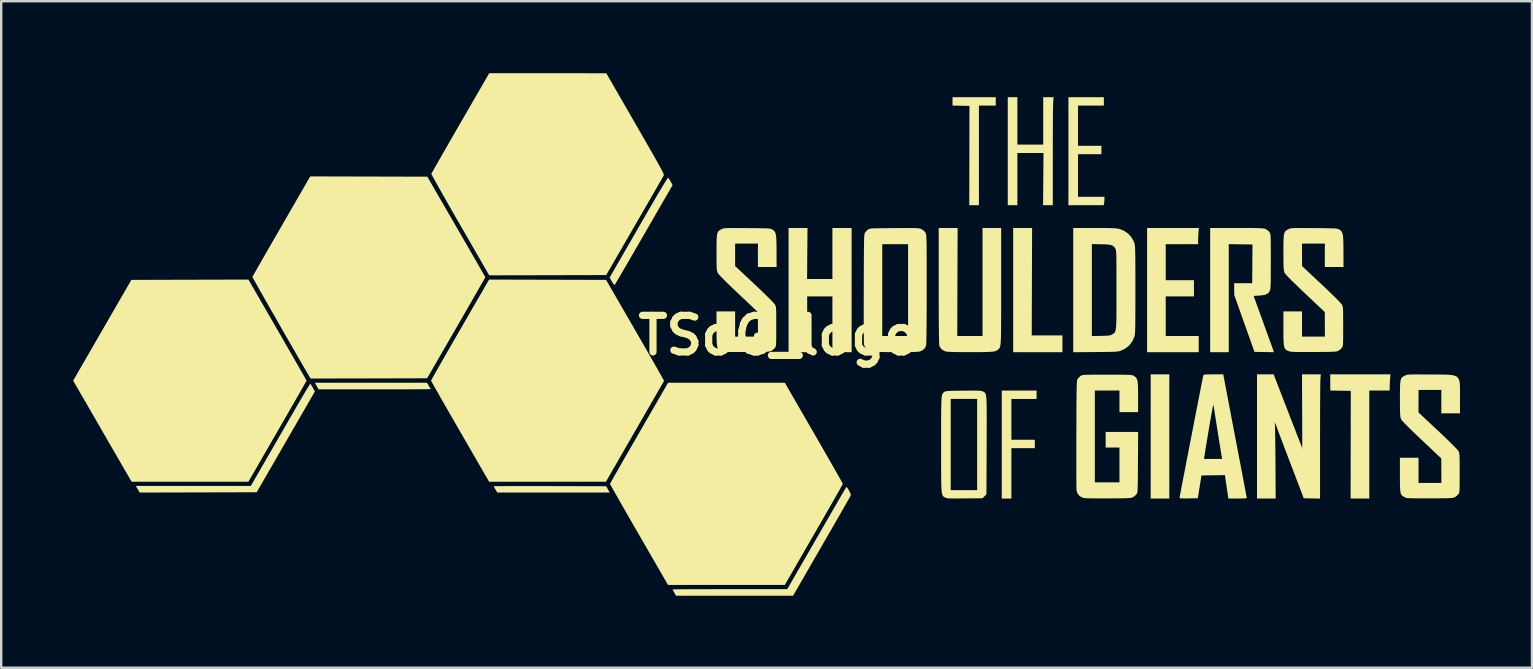
<source format=kicad_pcb>
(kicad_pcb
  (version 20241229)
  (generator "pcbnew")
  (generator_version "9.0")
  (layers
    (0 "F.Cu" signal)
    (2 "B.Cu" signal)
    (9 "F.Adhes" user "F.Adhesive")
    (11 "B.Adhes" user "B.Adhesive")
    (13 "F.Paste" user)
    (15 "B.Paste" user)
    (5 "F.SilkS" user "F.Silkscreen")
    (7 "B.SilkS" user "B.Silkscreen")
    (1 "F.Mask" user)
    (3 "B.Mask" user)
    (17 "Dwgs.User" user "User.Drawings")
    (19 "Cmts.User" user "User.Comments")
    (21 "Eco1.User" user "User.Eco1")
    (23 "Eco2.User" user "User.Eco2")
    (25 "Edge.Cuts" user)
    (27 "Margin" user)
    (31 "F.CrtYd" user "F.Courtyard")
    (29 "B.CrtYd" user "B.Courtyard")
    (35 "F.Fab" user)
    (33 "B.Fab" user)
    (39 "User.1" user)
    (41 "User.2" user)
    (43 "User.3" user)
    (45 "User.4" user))
  (footprint "TSoG_logo"
    (layer "F.Cu")
    (at 29.385 10.925)
    (property "Reference" "TSoG_logo" (at 0 0 0) (layer "F.SilkS") (effects (font (size 1.524 1.524) (thickness 0.3))))
    (attr through_hole)
    (fp_poly (pts (xy 16.291 6.8) (xy 15.515 6.8) (xy 15.515 1.625) (xy 16.291 1.625)) (stroke (width 0) (type solid)) (fill yes) (layer "F.SilkS"))
    (fp_poly (pts (xy 10.565 -2.238) (xy 10.558 0) (xy 11.837 0) (xy 11.837 0.7) (xy 9.785 0.7) (xy 9.785 -4.475) (xy 10.179 -4.475) (xy 10.573 -4.475)) (stroke (width 0) (type solid)) (fill yes) (layer "F.SilkS"))
    (fp_poly (pts (xy 9.059 -9.575) (xy 8.358 -9.575) (xy 8.358 -5.425) (xy 7.955 -5.425) (xy 7.963 -9.562) (xy 7.61 -9.569) (xy 7.257 -9.576) (xy 7.257 -9.925) (xy 9.059 -9.925)) (stroke (width 0) (type solid)) (fill yes) (layer "F.SilkS"))
    (fp_poly (pts (xy 10.761 2.65) (xy 9.71 2.65) (xy 9.71 4.35) (xy 10.686 4.35) (xy 10.686 4.7) (xy 9.71 4.7) (xy 9.71 6.8) (xy 9.309 6.8) (xy 9.309 2.3) (xy 10.761 2.3)) (stroke (width 0) (type solid)) (fill yes) (layer "F.SilkS"))
    (fp_poly (pts (xy 25.491 1.794) (xy 25.482 1.917) (xy 25.477 2.052) (xy 25.475 2.131) (xy 25.475 2.3) (xy 24.624 2.3) (xy 24.624 6.8) (xy 23.846 6.8) (xy 23.853 2.312) (xy 23.425 2.306) (xy 22.998 2.299) (xy 22.998 1.625) (xy 25.507 1.625)) (stroke (width 0) (type solid)) (fill yes) (layer "F.SilkS"))
    (fp_poly (pts (xy 1.205 -3.413) (xy 1.197 -2.35) (xy 2.252 -2.35) (xy 2.252 -4.475) (xy 3.053 -4.475) (xy 3.053 0.7) (xy 2.252 0.7) (xy 2.252 -1.625) (xy 1.201 -1.625) (xy 1.201 0.7) (xy 0.425 0.7) (xy 0.425 -4.475) (xy 0.82 -4.475) (xy 1.214 -4.475)) (stroke (width 0) (type solid)) (fill yes) (layer "F.SilkS"))
    (fp_poly (pts (xy 13.563 -9.575) (xy 12.487 -9.575) (xy 12.487 -7.9) (xy 13.463 -7.9) (xy 13.463 -7.55) (xy 12.487 -7.55) (xy 12.487 -5.775) (xy 13.588 -5.775) (xy 13.588 -5.678) (xy 13.584 -5.59) (xy 13.574 -5.508) (xy 13.573 -5.503) (xy 13.557 -5.425) (xy 12.087 -5.425) (xy 12.087 -9.925) (xy 13.563 -9.925)) (stroke (width 0) (type solid)) (fill yes) (layer "F.SilkS"))
    (fp_poly (pts (xy 17.509 -4.306) (xy 17.5 -4.183) (xy 17.494 -4.048) (xy 17.492 -3.969) (xy 17.492 -3.8) (xy 16.141 -3.8) (xy 16.141 -2.3) (xy 17.317 -2.3) (xy 17.317 -1.625) (xy 16.141 -1.625) (xy 16.141 0.025) (xy 17.517 0.025) (xy 17.517 0.7) (xy 15.365 0.7) (xy 15.365 -4.475) (xy 17.524 -4.475)) (stroke (width 0) (type solid)) (fill yes) (layer "F.SilkS"))
    (fp_poly (pts (xy -14.566 2.1) (xy -14.525 2.169) (xy -14.497 2.22) (xy -14.489 2.238) (xy -14.514 2.24) (xy -14.585 2.241) (xy -14.699 2.243) (xy -14.853 2.244) (xy -15.043 2.246) (xy -15.265 2.247) (xy -15.517 2.248) (xy -15.795 2.249) (xy -16.095 2.249) (xy -16.414 2.25) (xy -16.748 2.25) (xy -16.824 2.25) (xy -19.158 2.25) (xy -19.237 2.112) (xy -19.316 1.975) (xy -14.644 1.975)) (stroke (width 0) (type solid)) (fill yes) (layer "F.SilkS"))
    (fp_poly (pts (xy -10.255 6.28) (xy -9.936 6.28) (xy -9.602 6.281) (xy -9.519 6.281) (xy -7.176 6.287) (xy -7.101 6.419) (xy -7.027 6.55) (xy -11.71 6.55) (xy -11.748 6.487) (xy -11.792 6.416) (xy -11.824 6.363) (xy -11.851 6.315) (xy -11.862 6.288) (xy -11.837 6.286) (xy -11.766 6.285) (xy -11.652 6.283) (xy -11.498 6.282) (xy -11.308 6.281) (xy -11.085 6.28) (xy -10.833 6.28) (xy -10.556 6.28)) (stroke (width 0) (type solid)) (fill yes) (layer "F.SilkS"))
    (fp_poly (pts (xy 9.96 -7.95) (xy 11.036 -7.95) (xy 11.036 -9.925) (xy 11.469 -9.925) (xy 11.452 -9.734) (xy 11.45 -9.679) (xy 11.448 -9.579) (xy 11.445 -9.437) (xy 11.443 -9.257) (xy 11.441 -9.044) (xy 11.44 -8.802) (xy 11.438 -8.535) (xy 11.437 -8.247) (xy 11.437 -7.942) (xy 11.436 -7.624) (xy 11.436 -7.484) (xy 11.436 -5.425) (xy 11.031 -5.425) (xy 11.048 -7.6) (xy 9.96 -7.6) (xy 9.96 -5.425) (xy 9.559 -5.425) (xy 9.559 -9.925) (xy 9.96 -9.925)) (stroke (width 0) (type solid)) (fill yes) (layer "F.SilkS"))
    (fp_poly (pts (xy -19.491 2.024) (xy -19.488 2.031) (xy -19.485 2.039) (xy -19.483 2.042) (xy -19.454 2.089) (xy -19.412 2.161) (xy -19.383 2.213) (xy -19.313 2.338) (xy -20.526 4.438) (xy -21.738 6.537) (xy -26.616 6.55) (xy -26.774 6.275) (xy -21.984 6.275) (xy -21.172 4.869) (xy -20.934 4.457) (xy -20.72 4.086) (xy -20.529 3.754) (xy -20.359 3.459) (xy -20.208 3.199) (xy -20.077 2.972) (xy -19.963 2.775) (xy -19.865 2.607) (xy -19.781 2.465) (xy -19.712 2.347) (xy -19.655 2.251) (xy -19.609 2.175) (xy -19.573 2.117) (xy -19.545 2.075) (xy -19.525 2.046) (xy -19.51 2.029) (xy -19.501 2.021) (xy -19.495 2.02)) (stroke (width 0) (type solid)) (fill yes) (layer "F.SilkS"))
    (fp_poly (pts (xy -4.588 -6.566) (xy -4.562 -6.53) (xy -4.521 -6.465) (xy -4.483 -6.4) (xy -4.407 -6.263) (xy -5.603 -4.193) (xy -5.774 -3.897) (xy -5.938 -3.613) (xy -6.094 -3.344) (xy -6.239 -3.094) (xy -6.372 -2.865) (xy -6.492 -2.66) (xy -6.595 -2.482) (xy -6.682 -2.335) (xy -6.749 -2.221) (xy -6.795 -2.143) (xy -6.819 -2.105) (xy -6.822 -2.101) (xy -6.844 -2.11) (xy -6.883 -2.157) (xy -6.933 -2.234) (xy -6.938 -2.243) (xy -7.032 -2.408) (xy -5.825 -4.501) (xy -5.612 -4.87) (xy -5.423 -5.197) (xy -5.256 -5.484) (xy -5.111 -5.732) (xy -4.986 -5.945) (xy -4.88 -6.123) (xy -4.792 -6.268) (xy -4.722 -6.382) (xy -4.667 -6.468) (xy -4.628 -6.526) (xy -4.602 -6.558) (xy -4.589 -6.567)) (stroke (width 0) (type solid)) (fill yes) (layer "F.SilkS"))
    (fp_poly (pts (xy -7.179 -2.312) (xy -5.967 -0.216) (xy -5.796 0.082) (xy -5.631 0.367) (xy -5.476 0.637) (xy -5.331 0.889) (xy -5.2 1.12) (xy -5.082 1.326) (xy -4.98 1.505) (xy -4.896 1.655) (xy -4.831 1.771) (xy -4.787 1.851) (xy -4.765 1.892) (xy -4.764 1.897) (xy -4.777 1.92) (xy -4.814 1.984) (xy -4.872 2.085) (xy -4.95 2.221) (xy -5.046 2.388) (xy -5.159 2.583) (xy -5.286 2.804) (xy -5.426 3.047) (xy -5.578 3.31) (xy -5.739 3.589) (xy -5.908 3.882) (xy -5.979 4.006) (xy -7.187 6.1) (xy -12.054 6.1) (xy -13.263 4.006) (xy -13.435 3.709) (xy -13.599 3.423) (xy -13.755 3.153) (xy -13.9 2.9) (xy -14.032 2.669) (xy -14.15 2.462) (xy -14.253 2.282) (xy -14.338 2.131) (xy -14.404 2.014) (xy -14.448 1.933) (xy -14.47 1.891) (xy -14.473 1.886) (xy -14.46 1.861) (xy -14.425 1.796) (xy -14.367 1.693) (xy -14.29 1.557) (xy -14.195 1.388) (xy -14.083 1.192) (xy -13.956 0.97) (xy -13.816 0.726) (xy -13.665 0.463) (xy -13.504 0.183) (xy -13.335 -0.11) (xy -13.264 -0.233) (xy -12.055 -2.325)) (stroke (width 0) (type solid)) (fill yes) (layer "F.SilkS"))
    (fp_poly (pts (xy 1.478 4.067) (xy 1.649 4.364) (xy 1.814 4.65) (xy 1.969 4.92) (xy 2.114 5.173) (xy 2.246 5.404) (xy 2.365 5.611) (xy 2.467 5.792) (xy 2.552 5.942) (xy 2.617 6.059) (xy 2.662 6.14) (xy 2.684 6.182) (xy 2.686 6.187) (xy 2.674 6.213) (xy 2.638 6.278) (xy 2.581 6.381) (xy 2.504 6.518) (xy 2.408 6.686) (xy 2.296 6.883) (xy 2.169 7.105) (xy 2.029 7.349) (xy 1.878 7.612) (xy 1.717 7.892) (xy 1.548 8.185) (xy 1.477 8.308) (xy 0.268 10.4) (xy -4.599 10.4) (xy -5.807 8.308) (xy -5.979 8.011) (xy -6.143 7.725) (xy -6.299 7.455) (xy -6.443 7.203) (xy -6.576 6.971) (xy -6.694 6.764) (xy -6.796 6.584) (xy -6.881 6.434) (xy -6.947 6.317) (xy -6.991 6.236) (xy -7.013 6.195) (xy -7.015 6.189) (xy -7.003 6.164) (xy -6.967 6.099) (xy -6.91 5.996) (xy -6.833 5.86) (xy -6.737 5.691) (xy -6.625 5.495) (xy -6.499 5.273) (xy -6.359 5.029) (xy -6.207 4.766) (xy -6.046 4.486) (xy -5.877 4.193) (xy -5.806 4.069) (xy -4.596 1.975) (xy 0.27 1.975)) (stroke (width 0) (type solid)) (fill yes) (layer "F.SilkS"))
    (fp_poly (pts (xy 2.854 6.329) (xy 2.882 6.365) (xy 2.925 6.437) (xy 2.94 6.464) (xy 2.987 6.551) (xy 3.012 6.608) (xy 3.018 6.648) (xy 3.008 6.685) (xy 3 6.702) (xy 2.982 6.733) (xy 2.942 6.805) (xy 2.88 6.914) (xy 2.799 7.056) (xy 2.699 7.23) (xy 2.584 7.431) (xy 2.454 7.657) (xy 2.312 7.904) (xy 2.159 8.169) (xy 1.998 8.449) (xy 1.829 8.742) (xy 1.789 8.811) (xy 0.613 10.849) (xy -1.827 10.849) (xy -4.267 10.849) (xy -4.336 10.725) (xy -4.373 10.655) (xy -4.398 10.604) (xy -4.404 10.587) (xy -4.38 10.586) (xy -4.309 10.584) (xy -4.195 10.582) (xy -4.041 10.581) (xy -3.85 10.58) (xy -3.627 10.578) (xy -3.374 10.577) (xy -3.095 10.576) (xy -2.794 10.576) (xy -2.474 10.575) (xy -2.137 10.575) (xy -2.017 10.575) (xy 0.37 10.575) (xy 1.578 8.481) (xy 1.75 8.183) (xy 1.916 7.896) (xy 2.073 7.625) (xy 2.22 7.371) (xy 2.354 7.138) (xy 2.475 6.929) (xy 2.581 6.747) (xy 2.669 6.595) (xy 2.739 6.475) (xy 2.787 6.392) (xy 2.813 6.348) (xy 2.817 6.342) (xy 2.834 6.324)) (stroke (width 0) (type solid)) (fill yes) (layer "F.SilkS"))
    (fp_poly (pts (xy -20.872 -0.228) (xy -20.7 0.07) (xy -20.536 0.356) (xy -20.38 0.626) (xy -20.235 0.878) (xy -20.103 1.109) (xy -19.984 1.315) (xy -19.882 1.495) (xy -19.797 1.644) (xy -19.731 1.761) (xy -19.686 1.841) (xy -19.664 1.882) (xy -19.661 1.887) (xy -19.674 1.911) (xy -19.709 1.975) (xy -19.767 2.076) (xy -19.844 2.212) (xy -19.939 2.379) (xy -20.051 2.574) (xy -20.178 2.795) (xy -20.318 3.038) (xy -20.469 3.301) (xy -20.63 3.58) (xy -20.799 3.873) (xy -20.873 4.002) (xy -22.084 6.099) (xy -24.516 6.1) (xy -26.947 6.1) (xy -26.997 6.019) (xy -27.016 5.986) (xy -27.059 5.912) (xy -27.123 5.802) (xy -27.207 5.658) (xy -27.308 5.483) (xy -27.425 5.281) (xy -27.556 5.054) (xy -27.699 4.807) (xy -27.853 4.541) (xy -28.015 4.26) (xy -28.184 3.968) (xy -28.215 3.913) (xy -29.385 1.889) (xy -29.343 1.813) (xy -29.325 1.781) (xy -29.283 1.709) (xy -29.22 1.599) (xy -29.138 1.456) (xy -29.038 1.282) (xy -28.921 1.08) (xy -28.791 0.854) (xy -28.648 0.607) (xy -28.495 0.342) (xy -28.333 0.061) (xy -28.164 -0.231) (xy -28.132 -0.287) (xy -26.961 -2.312) (xy -24.522 -2.319) (xy -22.083 -2.325)) (stroke (width 0) (type solid)) (fill yes) (layer "F.SilkS"))
    (fp_poly (pts (xy -7.17 -10.923) (xy -5.959 -8.822) (xy -5.756 -8.47) (xy -5.577 -8.159) (xy -5.42 -7.885) (xy -5.284 -7.648) (xy -5.168 -7.443) (xy -5.069 -7.269) (xy -4.988 -7.124) (xy -4.922 -7.003) (xy -4.87 -6.906) (xy -4.831 -6.83) (xy -4.803 -6.771) (xy -4.785 -6.728) (xy -4.775 -6.698) (xy -4.773 -6.678) (xy -4.775 -6.667) (xy -4.791 -6.638) (xy -4.83 -6.569) (xy -4.891 -6.462) (xy -4.972 -6.322) (xy -5.071 -6.15) (xy -5.186 -5.951) (xy -5.315 -5.727) (xy -5.457 -5.481) (xy -5.609 -5.217) (xy -5.771 -4.937) (xy -5.94 -4.645) (xy -5.988 -4.562) (xy -7.174 -2.513) (xy -9.612 -2.507) (xy -12.049 -2.502) (xy -13.259 -4.6) (xy -13.43 -4.898) (xy -13.595 -5.184) (xy -13.75 -5.455) (xy -13.894 -5.708) (xy -14.026 -5.941) (xy -14.143 -6.149) (xy -14.245 -6.331) (xy -14.329 -6.482) (xy -14.394 -6.601) (xy -14.437 -6.683) (xy -14.458 -6.727) (xy -14.46 -6.733) (xy -14.447 -6.759) (xy -14.41 -6.825) (xy -14.351 -6.929) (xy -14.273 -7.067) (xy -14.177 -7.236) (xy -14.064 -7.433) (xy -13.936 -7.656) (xy -13.796 -7.9) (xy -13.644 -8.164) (xy -13.483 -8.444) (xy -13.314 -8.736) (xy -13.251 -8.846) (xy -12.049 -10.925)) (stroke (width 0) (type solid)) (fill yes) (layer "F.SilkS"))
    (fp_poly (pts (xy 7.462 -2.225) (xy 7.455 0.025) (xy 8.508 0.025) (xy 8.508 -4.475) (xy 9.284 -4.475) (xy 9.284 -2.049) (xy 9.284 -1.639) (xy 9.284 -1.275) (xy 9.284 -0.956) (xy 9.283 -0.677) (xy 9.282 -0.437) (xy 9.28 -0.231) (xy 9.278 -0.058) (xy 9.274 0.087) (xy 9.27 0.205) (xy 9.264 0.3) (xy 9.257 0.375) (xy 9.248 0.434) (xy 9.238 0.478) (xy 9.226 0.511) (xy 9.211 0.535) (xy 9.195 0.555) (xy 9.177 0.573) (xy 9.156 0.591) (xy 9.123 0.618) (xy 9.085 0.64) (xy 9.037 0.658) (xy 8.975 0.671) (xy 8.892 0.682) (xy 8.785 0.689) (xy 8.649 0.694) (xy 8.478 0.697) (xy 8.267 0.699) (xy 8.012 0.699) (xy 7.97 0.699) (xy 7.713 0.698) (xy 7.502 0.697) (xy 7.332 0.694) (xy 7.198 0.69) (xy 7.096 0.685) (xy 7.022 0.678) (xy 6.971 0.67) (xy 6.948 0.664) (xy 6.824 0.598) (xy 6.74 0.505) (xy 6.707 0.427) (xy 6.702 0.386) (xy 6.698 0.296) (xy 6.695 0.159) (xy 6.691 -0.023) (xy 6.689 -0.248) (xy 6.686 -0.516) (xy 6.684 -0.825) (xy 6.683 -1.173) (xy 6.682 -1.558) (xy 6.682 -1.979) (xy 6.682 -2.069) (xy 6.682 -4.475) (xy 7.076 -4.475) (xy 7.47 -4.475)) (stroke (width 0) (type solid)) (fill yes) (layer "F.SilkS"))
    (fp_poly (pts (xy -14.628 -6.612) (xy -13.421 -4.525) (xy -13.249 -4.228) (xy -13.085 -3.944) (xy -12.929 -3.674) (xy -12.784 -3.423) (xy -12.652 -3.193) (xy -12.534 -2.988) (xy -12.432 -2.809) (xy -12.347 -2.661) (xy -12.281 -2.546) (xy -12.237 -2.467) (xy -12.215 -2.427) (xy -12.213 -2.423) (xy -12.225 -2.4) (xy -12.26 -2.336) (xy -12.317 -2.235) (xy -12.395 -2.1) (xy -12.49 -1.933) (xy -12.602 -1.738) (xy -12.728 -1.518) (xy -12.868 -1.275) (xy -13.019 -1.012) (xy -13.18 -0.733) (xy -13.349 -0.44) (xy -13.424 -0.31) (xy -14.637 1.788) (xy -19.49 1.8) (xy -19.54 1.719) (xy -19.59 1.634) (xy -19.66 1.516) (xy -19.747 1.367) (xy -19.849 1.191) (xy -19.965 0.992) (xy -20.091 0.774) (xy -20.226 0.539) (xy -20.368 0.293) (xy -20.515 0.037) (xy -20.664 -0.224) (xy -20.814 -0.486) (xy -20.963 -0.746) (xy -21.108 -1) (xy -21.248 -1.245) (xy -21.38 -1.477) (xy -21.502 -1.692) (xy -21.612 -1.887) (xy -21.709 -2.058) (xy -21.789 -2.202) (xy -21.852 -2.314) (xy -21.895 -2.392) (xy -21.915 -2.432) (xy -21.917 -2.436) (xy -21.903 -2.462) (xy -21.867 -2.527) (xy -21.808 -2.63) (xy -21.73 -2.768) (xy -21.634 -2.936) (xy -21.521 -3.133) (xy -21.394 -3.355) (xy -21.254 -3.599) (xy -21.102 -3.862) (xy -20.941 -4.142) (xy -20.772 -4.434) (xy -20.708 -4.545) (xy -19.507 -6.625)) (stroke (width 0) (type solid)) (fill yes) (layer "F.SilkS"))
    (fp_poly (pts (xy 19.1 -4.474) (xy 19.366 -4.474) (xy 19.586 -4.474) (xy 19.766 -4.473) (xy 19.91 -4.471) (xy 20.024 -4.468) (xy 20.111 -4.464) (xy 20.177 -4.459) (xy 20.226 -4.453) (xy 20.263 -4.445) (xy 20.293 -4.435) (xy 20.313 -4.426) (xy 20.398 -4.372) (xy 20.464 -4.304) (xy 20.47 -4.295) (xy 20.481 -4.274) (xy 20.491 -4.25) (xy 20.499 -4.218) (xy 20.506 -4.175) (xy 20.511 -4.114) (xy 20.514 -4.033) (xy 20.517 -3.925) (xy 20.518 -3.787) (xy 20.519 -3.614) (xy 20.52 -3.401) (xy 20.52 -3.144) (xy 20.52 -3.075) (xy 20.52 -2.804) (xy 20.519 -2.579) (xy 20.518 -2.395) (xy 20.517 -2.247) (xy 20.514 -2.13) (xy 20.51 -2.041) (xy 20.505 -1.974) (xy 20.499 -1.925) (xy 20.491 -1.89) (xy 20.482 -1.863) (xy 20.476 -1.851) (xy 20.427 -1.777) (xy 20.36 -1.724) (xy 20.266 -1.689) (xy 20.137 -1.667) (xy 20.04 -1.659) (xy 19.804 -1.643) (xy 20.209 -0.528) (xy 20.291 -0.301) (xy 20.368 -0.088) (xy 20.439 0.107) (xy 20.501 0.28) (xy 20.554 0.425) (xy 20.594 0.537) (xy 20.621 0.612) (xy 20.632 0.644) (xy 20.649 0.701) (xy 20.244 0.694) (xy 19.839 0.688) (xy 18.995 -1.688) (xy 18.994 -2.175) (xy 19.744 -2.175) (xy 19.75 -2.875) (xy 19.751 -3.063) (xy 19.752 -3.24) (xy 19.753 -3.397) (xy 19.755 -3.528) (xy 19.755 -3.625) (xy 19.756 -3.68) (xy 19.756 -3.681) (xy 19.757 -3.788) (xy 19.263 -3.794) (xy 18.768 -3.801) (xy 18.768 0.7) (xy 17.993 0.7) (xy 17.993 -4.475)) (stroke (width 0) (type solid)) (fill yes) (layer "F.SilkS"))
    (fp_poly (pts (xy 20.685 1.744) (xy 20.704 1.793) (xy 20.737 1.881) (xy 20.784 2.003) (xy 20.843 2.155) (xy 20.911 2.331) (xy 20.987 2.527) (xy 21.069 2.738) (xy 21.154 2.959) (xy 21.242 3.186) (xy 21.33 3.413) (xy 21.417 3.635) (xy 21.5 3.849) (xy 21.578 4.049) (xy 21.648 4.231) (xy 21.71 4.389) (xy 21.761 4.518) (xy 21.799 4.615) (xy 21.822 4.674) (xy 21.829 4.691) (xy 21.83 4.668) (xy 21.83 4.598) (xy 21.831 4.488) (xy 21.831 4.34) (xy 21.83 4.159) (xy 21.83 3.949) (xy 21.829 3.715) (xy 21.828 3.461) (xy 21.827 3.191) (xy 21.827 3.16) (xy 21.82 1.625) (xy 22.604 1.625) (xy 22.589 1.794) (xy 22.586 1.843) (xy 22.584 1.938) (xy 22.582 2.076) (xy 22.58 2.252) (xy 22.578 2.464) (xy 22.577 2.707) (xy 22.575 2.978) (xy 22.574 3.272) (xy 22.573 3.587) (xy 22.573 3.918) (xy 22.572 4.262) (xy 22.572 4.382) (xy 22.572 6.801) (xy 21.893 6.787) (xy 21.368 5.412) (xy 21.271 5.159) (xy 21.179 4.916) (xy 21.111 4.737) (xy 21.847 4.737) (xy 21.859 4.75) (xy 21.872 4.737) (xy 21.859 4.725) (xy 21.847 4.737) (xy 21.111 4.737) (xy 21.092 4.688) (xy 21.013 4.479) (xy 20.943 4.295) (xy 20.885 4.14) (xy 20.84 4.019) (xy 20.809 3.936) (xy 20.796 3.9) (xy 20.769 3.825) (xy 20.74 3.751) (xy 20.713 3.686) (xy 20.692 3.641) (xy 20.681 3.623) (xy 20.683 3.641) (xy 20.686 3.65) (xy 20.689 3.686) (xy 20.693 3.767) (xy 20.696 3.889) (xy 20.7 4.047) (xy 20.703 4.238) (xy 20.706 4.456) (xy 20.709 4.698) (xy 20.712 4.957) (xy 20.714 5.231) (xy 20.714 5.256) (xy 20.723 6.8) (xy 19.945 6.8) (xy 19.945 1.625) (xy 20.641 1.625)) (stroke (width 0) (type solid)) (fill yes) (layer "F.SilkS"))
    (fp_poly (pts (xy 8.225 2.302) (xy 8.326 2.305) (xy 8.4 2.309) (xy 8.453 2.316) (xy 8.491 2.325) (xy 8.52 2.336) (xy 8.525 2.338) (xy 8.553 2.353) (xy 8.578 2.366) (xy 8.599 2.382) (xy 8.618 2.402) (xy 8.633 2.432) (xy 8.646 2.473) (xy 8.657 2.529) (xy 8.665 2.604) (xy 8.672 2.699) (xy 8.676 2.82) (xy 8.68 2.968) (xy 8.681 3.148) (xy 8.682 3.361) (xy 8.682 3.612) (xy 8.681 3.904) (xy 8.68 4.24) (xy 8.679 4.581) (xy 8.671 6.624) (xy 8.589 6.706) (xy 8.507 6.787) (xy 7.763 6.794) (xy 7.55 6.796) (xy 7.381 6.797) (xy 7.25 6.796) (xy 7.152 6.795) (xy 7.08 6.791) (xy 7.028 6.785) (xy 6.991 6.776) (xy 6.962 6.765) (xy 6.937 6.75) (xy 6.937 6.75) (xy 6.909 6.733) (xy 6.885 6.717) (xy 6.864 6.699) (xy 6.847 6.674) (xy 6.832 6.64) (xy 6.819 6.594) (xy 6.809 6.532) (xy 6.801 6.451) (xy 6.794 6.347) (xy 6.789 6.218) (xy 6.786 6.06) (xy 6.784 5.87) (xy 6.783 5.644) (xy 6.782 5.38) (xy 6.782 5.074) (xy 6.782 4.722) (xy 6.782 4.55) (xy 6.782 4.18) (xy 6.782 3.856) (xy 6.782 3.576) (xy 6.783 3.336) (xy 6.785 3.133) (xy 6.788 2.963) (xy 6.791 2.823) (xy 6.796 2.71) (xy 6.8 2.65) (xy 7.182 2.65) (xy 7.182 6.45) (xy 8.283 6.45) (xy 8.283 2.65) (xy 7.182 2.65) (xy 6.8 2.65) (xy 6.802 2.62) (xy 6.81 2.55) (xy 6.82 2.496) (xy 6.832 2.457) (xy 6.846 2.427) (xy 6.863 2.404) (xy 6.882 2.384) (xy 6.904 2.364) (xy 6.906 2.362) (xy 6.924 2.348) (xy 6.948 2.337) (xy 6.983 2.328) (xy 7.033 2.321) (xy 7.107 2.316) (xy 7.208 2.312) (xy 7.342 2.309) (xy 7.517 2.307) (xy 7.704 2.305) (xy 7.92 2.303) (xy 8.092 2.302)) (stroke (width 0) (type solid)) (fill yes) (layer "F.SilkS"))
    (fp_poly (pts (xy 13.418 -4.475) (xy 13.622 -4.473) (xy 13.786 -4.471) (xy 13.917 -4.467) (xy 14.019 -4.462) (xy 14.098 -4.455) (xy 14.159 -4.446) (xy 14.202 -4.436) (xy 14.394 -4.363) (xy 14.562 -4.25) (xy 14.701 -4.104) (xy 14.802 -3.932) (xy 14.833 -3.85) (xy 14.842 -3.821) (xy 14.849 -3.786) (xy 14.855 -3.743) (xy 14.86 -3.688) (xy 14.865 -3.617) (xy 14.868 -3.526) (xy 14.871 -3.412) (xy 14.873 -3.271) (xy 14.875 -3.1) (xy 14.876 -2.895) (xy 14.877 -2.653) (xy 14.877 -2.369) (xy 14.877 -2.04) (xy 14.877 -1.887) (xy 14.877 -1.54) (xy 14.877 -1.238) (xy 14.876 -0.98) (xy 14.875 -0.76) (xy 14.874 -0.576) (xy 14.872 -0.424) (xy 14.87 -0.3) (xy 14.867 -0.201) (xy 14.863 -0.123) (xy 14.858 -0.063) (xy 14.852 -0.017) (xy 14.846 0.02) (xy 14.838 0.049) (xy 14.832 0.066) (xy 14.742 0.262) (xy 14.618 0.421) (xy 14.458 0.547) (xy 14.29 0.631) (xy 14.253 0.646) (xy 14.215 0.657) (xy 14.172 0.667) (xy 14.117 0.674) (xy 14.047 0.68) (xy 13.954 0.684) (xy 13.834 0.688) (xy 13.682 0.69) (xy 13.491 0.692) (xy 13.256 0.695) (xy 13.219 0.695) (xy 12.287 0.703) (xy 12.287 0.03) (xy 13.063 0.03) (xy 13.444 0.021) (xy 13.594 0.017) (xy 13.703 0.012) (xy 13.78 0.005) (xy 13.836 -0.007) (xy 13.879 -0.023) (xy 13.917 -0.044) (xy 13.95 -0.064) (xy 13.979 -0.083) (xy 14.003 -0.105) (xy 14.024 -0.132) (xy 14.041 -0.17) (xy 14.054 -0.22) (xy 14.065 -0.288) (xy 14.073 -0.376) (xy 14.08 -0.489) (xy 14.084 -0.629) (xy 14.087 -0.801) (xy 14.088 -1.009) (xy 14.089 -1.255) (xy 14.089 -1.543) (xy 14.089 -1.878) (xy 14.089 -1.904) (xy 14.089 -2.23) (xy 14.088 -2.51) (xy 14.088 -2.747) (xy 14.087 -2.946) (xy 14.086 -3.11) (xy 14.084 -3.242) (xy 14.081 -3.347) (xy 14.078 -3.429) (xy 14.073 -3.49) (xy 14.068 -3.535) (xy 14.062 -3.567) (xy 14.054 -3.591) (xy 14.045 -3.609) (xy 14.04 -3.617) (xy 14 -3.677) (xy 13.957 -3.72) (xy 13.904 -3.751) (xy 13.832 -3.772) (xy 13.732 -3.785) (xy 13.598 -3.792) (xy 13.458 -3.796) (xy 13.063 -3.804) (xy 13.063 0.03) (xy 12.287 0.03) (xy 12.287 -4.475) (xy 13.17 -4.475)) (stroke (width 0) (type solid)) (fill yes) (layer "F.SilkS"))
    (fp_poly (pts (xy 5.6 -4.472) (xy 5.704 -4.47) (xy 5.782 -4.466) (xy 5.841 -4.461) (xy 5.885 -4.455) (xy 5.919 -4.446) (xy 5.948 -4.435) (xy 5.972 -4.423) (xy 6.074 -4.353) (xy 6.132 -4.273) (xy 6.14 -4.256) (xy 6.148 -4.235) (xy 6.154 -4.209) (xy 6.16 -4.175) (xy 6.165 -4.128) (xy 6.168 -4.066) (xy 6.172 -3.986) (xy 6.174 -3.884) (xy 6.177 -3.758) (xy 6.178 -3.603) (xy 6.179 -3.418) (xy 6.18 -3.199) (xy 6.181 -2.942) (xy 6.181 -2.644) (xy 6.181 -2.303) (xy 6.181 -1.92) (xy 6.181 -1.511) (xy 6.18 -1.136) (xy 6.178 -0.797) (xy 6.177 -0.496) (xy 6.174 -0.233) (xy 6.171 -0.012) (xy 6.168 0.167) (xy 6.164 0.301) (xy 6.16 0.388) (xy 6.156 0.426) (xy 6.102 0.534) (xy 6.01 0.62) (xy 5.893 0.673) (xy 5.836 0.681) (xy 5.736 0.688) (xy 5.602 0.693) (xy 5.44 0.697) (xy 5.256 0.7) (xy 5.059 0.701) (xy 4.854 0.701) (xy 4.65 0.699) (xy 4.453 0.696) (xy 4.27 0.692) (xy 4.108 0.687) (xy 3.975 0.68) (xy 3.876 0.672) (xy 3.82 0.664) (xy 3.816 0.662) (xy 3.698 0.597) (xy 3.613 0.5) (xy 3.568 0.38) (xy 3.567 0.37) (xy 3.564 0.33) (xy 3.562 0.243) (xy 3.561 0.114) (xy 3.559 -0.055) (xy 3.558 -0.258) (xy 3.557 -0.492) (xy 3.557 -0.753) (xy 3.557 -1.038) (xy 3.557 -1.344) (xy 3.558 -1.665) (xy 3.559 -1.979) (xy 3.56 -2.365) (xy 3.561 -2.704) (xy 3.562 -2.999) (xy 3.564 -3.254) (xy 3.565 -3.471) (xy 3.567 -3.653) (xy 3.569 -3.8) (xy 4.329 -3.8) (xy 4.329 0.025) (xy 5.405 0.025) (xy 5.405 -3.8) (xy 4.329 -3.8) (xy 3.569 -3.8) (xy 3.569 -3.805) (xy 3.571 -3.929) (xy 3.574 -4.028) (xy 3.578 -4.105) (xy 3.582 -4.163) (xy 3.587 -4.206) (xy 3.593 -4.237) (xy 3.599 -4.259) (xy 3.607 -4.275) (xy 3.615 -4.287) (xy 3.618 -4.29) (xy 3.677 -4.357) (xy 3.738 -4.411) (xy 3.757 -4.424) (xy 3.779 -4.434) (xy 3.809 -4.443) (xy 3.852 -4.45) (xy 3.913 -4.455) (xy 3.996 -4.459) (xy 4.107 -4.462) (xy 4.249 -4.464) (xy 4.429 -4.466) (xy 4.651 -4.468) (xy 4.834 -4.47) (xy 5.088 -4.471) (xy 5.297 -4.472) (xy 5.466 -4.473)) (stroke (width 0) (type solid)) (fill yes) (layer "F.SilkS"))
    (fp_poly (pts (xy 13.951 1.638) (xy 14.161 1.638) (xy 14.33 1.639) (xy 14.464 1.641) (xy 14.567 1.644) (xy 14.645 1.647) (xy 14.702 1.653) (xy 14.743 1.66) (xy 14.773 1.669) (xy 14.797 1.68) (xy 14.811 1.688) (xy 14.861 1.721) (xy 14.902 1.757) (xy 14.932 1.801) (xy 14.955 1.861) (xy 14.971 1.941) (xy 14.981 2.048) (xy 14.987 2.188) (xy 14.989 2.366) (xy 14.99 2.562) (xy 14.99 3.2) (xy 14.214 3.2) (xy 14.214 2.3) (xy 13.188 2.3) (xy 13.188 6.125) (xy 14.214 6.125) (xy 14.214 4.675) (xy 13.638 4.675) (xy 13.638 4.025) (xy 14.992 4.025) (xy 14.984 5.286) (xy 14.983 5.569) (xy 14.981 5.807) (xy 14.979 6.003) (xy 14.977 6.162) (xy 14.975 6.289) (xy 14.971 6.387) (xy 14.967 6.46) (xy 14.962 6.514) (xy 14.955 6.552) (xy 14.947 6.579) (xy 14.937 6.599) (xy 14.925 6.616) (xy 14.925 6.617) (xy 14.866 6.679) (xy 14.793 6.734) (xy 14.787 6.737) (xy 14.763 6.75) (xy 14.735 6.761) (xy 14.699 6.769) (xy 14.649 6.776) (xy 14.58 6.781) (xy 14.488 6.785) (xy 14.366 6.788) (xy 14.21 6.79) (xy 14.015 6.791) (xy 13.776 6.793) (xy 13.739 6.793) (xy 13.482 6.794) (xy 13.271 6.795) (xy 13.101 6.794) (xy 12.966 6.791) (xy 12.862 6.788) (xy 12.784 6.783) (xy 12.728 6.776) (xy 12.688 6.767) (xy 12.675 6.763) (xy 12.557 6.697) (xy 12.471 6.6) (xy 12.427 6.48) (xy 12.425 6.47) (xy 12.423 6.43) (xy 12.421 6.343) (xy 12.419 6.214) (xy 12.418 6.045) (xy 12.417 5.842) (xy 12.416 5.608) (xy 12.416 5.347) (xy 12.416 5.062) (xy 12.416 4.756) (xy 12.416 4.435) (xy 12.417 4.121) (xy 12.419 3.735) (xy 12.42 3.396) (xy 12.421 3.101) (xy 12.422 2.846) (xy 12.424 2.629) (xy 12.426 2.447) (xy 12.428 2.295) (xy 12.43 2.171) (xy 12.433 2.072) (xy 12.437 1.995) (xy 12.441 1.937) (xy 12.446 1.894) (xy 12.451 1.863) (xy 12.458 1.841) (xy 12.466 1.825) (xy 12.474 1.813) (xy 12.476 1.81) (xy 12.536 1.743) (xy 12.597 1.689) (xy 12.616 1.676) (xy 12.637 1.666) (xy 12.666 1.658) (xy 12.708 1.651) (xy 12.767 1.646) (xy 12.848 1.642) (xy 12.957 1.64) (xy 13.097 1.639) (xy 13.274 1.638) (xy 13.492 1.638) (xy 13.697 1.637)) (stroke (width 0) (type solid)) (fill yes) (layer "F.SilkS"))
    (fp_poly (pts (xy 18.557 1.719) (xy 18.564 1.756) (xy 18.579 1.839) (xy 18.603 1.964) (xy 18.634 2.128) (xy 18.672 2.328) (xy 18.716 2.559) (xy 18.766 2.818) (xy 18.82 3.103) (xy 18.878 3.409) (xy 18.94 3.734) (xy 19.005 4.073) (xy 19.046 4.287) (xy 19.112 4.632) (xy 19.175 4.963) (xy 19.235 5.276) (xy 19.291 5.569) (xy 19.342 5.838) (xy 19.388 6.081) (xy 19.428 6.292) (xy 19.462 6.47) (xy 19.488 6.611) (xy 19.507 6.712) (xy 19.517 6.769) (xy 19.519 6.781) (xy 19.496 6.788) (xy 19.431 6.793) (xy 19.333 6.797) (xy 19.21 6.8) (xy 19.136 6.8) (xy 18.753 6.8) (xy 18.699 6.444) (xy 18.678 6.303) (xy 18.658 6.168) (xy 18.641 6.052) (xy 18.63 5.969) (xy 18.628 5.956) (xy 18.612 5.824) (xy 17.63 5.838) (xy 17.554 6.312) (xy 17.479 6.787) (xy 17.098 6.794) (xy 16.935 6.796) (xy 16.82 6.794) (xy 16.748 6.788) (xy 16.718 6.777) (xy 16.716 6.774) (xy 16.721 6.745) (xy 16.735 6.672) (xy 16.756 6.558) (xy 16.785 6.407) (xy 16.82 6.222) (xy 16.861 6.008) (xy 16.907 5.769) (xy 16.958 5.509) (xy 17.011 5.231) (xy 17.027 5.15) (xy 17.737 5.15) (xy 18.492 5.15) (xy 18.479 5.081) (xy 18.47 5.024) (xy 18.453 4.925) (xy 18.431 4.791) (xy 18.405 4.629) (xy 18.376 4.447) (xy 18.345 4.252) (xy 18.313 4.052) (xy 18.281 3.852) (xy 18.251 3.662) (xy 18.223 3.488) (xy 18.2 3.337) (xy 18.181 3.217) (xy 18.169 3.135) (xy 18.166 3.119) (xy 18.151 3.022) (xy 18.135 2.947) (xy 18.123 2.905) (xy 18.119 2.9) (xy 18.113 2.924) (xy 18.099 2.991) (xy 18.08 3.097) (xy 18.055 3.235) (xy 18.026 3.4) (xy 17.993 3.587) (xy 17.959 3.789) (xy 17.923 4.001) (xy 17.887 4.218) (xy 17.851 4.433) (xy 17.817 4.642) (xy 17.785 4.839) (xy 17.757 5.017) (xy 17.747 5.081) (xy 17.737 5.15) (xy 17.027 5.15) (xy 17.068 4.94) (xy 17.126 4.639) (xy 17.185 4.333) (xy 17.245 4.026) (xy 17.304 3.721) (xy 17.362 3.423) (xy 17.418 3.135) (xy 17.472 2.861) (xy 17.522 2.606) (xy 17.567 2.374) (xy 17.608 2.167) (xy 17.642 1.991) (xy 17.671 1.849) (xy 17.691 1.746) (xy 17.704 1.684) (xy 17.708 1.669) (xy 17.717 1.652) (xy 17.738 1.641) (xy 17.779 1.633) (xy 17.845 1.628) (xy 17.946 1.626) (xy 18.088 1.625) (xy 18.131 1.625) (xy 18.541 1.625)) (stroke (width 0) (type solid)) (fill yes) (layer "F.SilkS"))
    (fp_poly (pts (xy 26.786 1.628) (xy 26.998 1.629) (xy 27.177 1.63) (xy 27.456 1.632) (xy 27.69 1.633) (xy 27.882 1.639) (xy 28.036 1.651) (xy 28.157 1.673) (xy 28.248 1.709) (xy 28.313 1.761) (xy 28.358 1.833) (xy 28.385 1.928) (xy 28.399 2.049) (xy 28.404 2.2) (xy 28.404 2.384) (xy 28.403 2.601) (xy 28.403 3.25) (xy 27.627 3.25) (xy 27.625 2.881) (xy 27.624 2.739) (xy 27.625 2.605) (xy 27.625 2.491) (xy 27.626 2.41) (xy 27.627 2.394) (xy 27.631 2.275) (xy 26.676 2.275) (xy 26.676 2.744) (xy 26.676 3.212) (xy 27.475 3.96) (xy 27.659 4.134) (xy 27.828 4.296) (xy 27.979 4.442) (xy 28.108 4.569) (xy 28.211 4.674) (xy 28.285 4.753) (xy 28.326 4.802) (xy 28.332 4.81) (xy 28.348 4.839) (xy 28.361 4.868) (xy 28.371 4.902) (xy 28.378 4.948) (xy 28.383 5.01) (xy 28.387 5.095) (xy 28.389 5.208) (xy 28.39 5.355) (xy 28.39 5.541) (xy 28.39 5.729) (xy 28.39 5.953) (xy 28.39 6.133) (xy 28.388 6.273) (xy 28.386 6.38) (xy 28.382 6.459) (xy 28.377 6.516) (xy 28.369 6.555) (xy 28.359 6.583) (xy 28.346 6.605) (xy 28.338 6.617) (xy 28.279 6.679) (xy 28.206 6.734) (xy 28.2 6.737) (xy 28.176 6.75) (xy 28.148 6.761) (xy 28.112 6.769) (xy 28.061 6.776) (xy 27.992 6.781) (xy 27.898 6.785) (xy 27.775 6.787) (xy 27.617 6.789) (xy 27.42 6.791) (xy 27.178 6.792) (xy 27.177 6.792) (xy 26.962 6.793) (xy 26.762 6.792) (xy 26.581 6.791) (xy 26.426 6.788) (xy 26.302 6.785) (xy 26.217 6.781) (xy 26.175 6.777) (xy 26.174 6.777) (xy 26.104 6.747) (xy 26.041 6.712) (xy 26.002 6.685) (xy 25.971 6.655) (xy 25.947 6.618) (xy 25.93 6.568) (xy 25.917 6.498) (xy 25.909 6.404) (xy 25.904 6.279) (xy 25.901 6.118) (xy 25.901 5.915) (xy 25.9 5.814) (xy 25.9 5.1) (xy 26.676 5.1) (xy 26.676 6.15) (xy 27.628 6.15) (xy 27.626 5.64) (xy 27.624 5.129) (xy 26.808 4.359) (xy 26.59 4.151) (xy 26.406 3.975) (xy 26.256 3.828) (xy 26.138 3.709) (xy 26.049 3.616) (xy 25.989 3.547) (xy 25.954 3.5) (xy 25.947 3.488) (xy 25.934 3.454) (xy 25.924 3.415) (xy 25.916 3.364) (xy 25.91 3.294) (xy 25.906 3.201) (xy 25.903 3.077) (xy 25.902 2.917) (xy 25.901 2.715) (xy 25.901 2.65) (xy 25.901 2.419) (xy 25.903 2.232) (xy 25.907 2.084) (xy 25.915 1.969) (xy 25.927 1.883) (xy 25.946 1.819) (xy 25.971 1.772) (xy 26.005 1.737) (xy 26.048 1.708) (xy 26.101 1.68) (xy 26.13 1.666) (xy 26.159 1.654) (xy 26.193 1.645) (xy 26.236 1.638) (xy 26.295 1.633) (xy 26.374 1.63) (xy 26.479 1.628) (xy 26.614 1.627)) (stroke (width 0) (type solid)) (fill yes) (layer "F.SilkS"))
    (fp_poly (pts (xy 21.931 -4.472) (xy 22.143 -4.471) (xy 22.322 -4.47) (xy 22.568 -4.468) (xy 22.769 -4.466) (xy 22.93 -4.463) (xy 23.056 -4.46) (xy 23.153 -4.457) (xy 23.225 -4.452) (xy 23.277 -4.445) (xy 23.315 -4.437) (xy 23.343 -4.427) (xy 23.367 -4.414) (xy 23.37 -4.412) (xy 23.419 -4.381) (xy 23.457 -4.345) (xy 23.487 -4.299) (xy 23.51 -4.238) (xy 23.526 -4.156) (xy 23.536 -4.046) (xy 23.543 -3.904) (xy 23.546 -3.723) (xy 23.547 -3.507) (xy 23.55 -2.85) (xy 22.772 -2.85) (xy 22.77 -3.219) (xy 22.77 -3.361) (xy 22.77 -3.495) (xy 22.77 -3.609) (xy 22.772 -3.69) (xy 22.772 -3.706) (xy 22.776 -3.825) (xy 21.821 -3.825) (xy 21.822 -2.888) (xy 22.62 -2.14) (xy 22.804 -1.966) (xy 22.974 -1.804) (xy 23.124 -1.658) (xy 23.253 -1.531) (xy 23.356 -1.426) (xy 23.43 -1.347) (xy 23.472 -1.298) (xy 23.477 -1.29) (xy 23.493 -1.261) (xy 23.506 -1.232) (xy 23.516 -1.198) (xy 23.523 -1.152) (xy 23.529 -1.09) (xy 23.532 -1.005) (xy 23.534 -0.892) (xy 23.535 -0.745) (xy 23.536 -0.559) (xy 23.536 -0.371) (xy 23.536 -0.147) (xy 23.535 0.033) (xy 23.534 0.173) (xy 23.531 0.28) (xy 23.528 0.359) (xy 23.522 0.416) (xy 23.514 0.455) (xy 23.504 0.483) (xy 23.492 0.505) (xy 23.483 0.517) (xy 23.424 0.579) (xy 23.351 0.634) (xy 23.345 0.637) (xy 23.321 0.65) (xy 23.293 0.661) (xy 23.257 0.669) (xy 23.206 0.676) (xy 23.136 0.681) (xy 23.042 0.685) (xy 22.918 0.688) (xy 22.76 0.69) (xy 22.562 0.692) (xy 22.322 0.693) (xy 22.066 0.694) (xy 21.855 0.694) (xy 21.685 0.693) (xy 21.552 0.691) (xy 21.45 0.687) (xy 21.375 0.681) (xy 21.322 0.674) (xy 21.289 0.665) (xy 21.224 0.64) (xy 21.172 0.614) (xy 21.131 0.581) (xy 21.1 0.536) (xy 21.078 0.473) (xy 21.062 0.387) (xy 21.053 0.273) (xy 21.048 0.125) (xy 21.046 -0.062) (xy 21.046 -0.286) (xy 21.046 -1) (xy 21.821 -1) (xy 21.821 0.05) (xy 22.774 0.05) (xy 22.769 -0.971) (xy 21.954 -1.741) (xy 21.735 -1.949) (xy 21.551 -2.125) (xy 21.401 -2.272) (xy 21.283 -2.391) (xy 21.194 -2.484) (xy 21.134 -2.553) (xy 21.099 -2.6) (xy 21.092 -2.612) (xy 21.079 -2.646) (xy 21.069 -2.685) (xy 21.061 -2.736) (xy 21.055 -2.806) (xy 21.051 -2.899) (xy 21.048 -3.023) (xy 21.047 -3.183) (xy 21.046 -3.385) (xy 21.046 -3.45) (xy 21.046 -3.681) (xy 21.048 -3.868) (xy 21.052 -4.016) (xy 21.06 -4.131) (xy 21.073 -4.217) (xy 21.091 -4.281) (xy 21.117 -4.328) (xy 21.15 -4.363) (xy 21.194 -4.392) (xy 21.246 -4.42) (xy 21.275 -4.434) (xy 21.304 -4.446) (xy 21.338 -4.455) (xy 21.382 -4.462) (xy 21.44 -4.467) (xy 21.519 -4.47) (xy 21.624 -4.472) (xy 21.759 -4.473)) (stroke (width 0) (type solid)) (fill yes) (layer "F.SilkS"))
    (fp_poly (pts (xy -1.693 -4.472) (xy -1.48 -4.471) (xy -1.301 -4.47) (xy -1.055 -4.468) (xy -0.854 -4.466) (xy -0.693 -4.463) (xy -0.567 -4.46) (xy -0.471 -4.457) (xy -0.399 -4.452) (xy -0.346 -4.445) (xy -0.309 -4.437) (xy -0.28 -4.427) (xy -0.256 -4.414) (xy -0.253 -4.412) (xy -0.205 -4.381) (xy -0.166 -4.345) (xy -0.136 -4.299) (xy -0.113 -4.238) (xy -0.098 -4.156) (xy -0.087 -4.046) (xy -0.081 -3.904) (xy -0.077 -3.723) (xy -0.076 -3.507) (xy -0.074 -2.85) (xy -0.851 -2.85) (xy -0.853 -3.219) (xy -0.854 -3.361) (xy -0.853 -3.495) (xy -0.853 -3.609) (xy -0.852 -3.69) (xy -0.851 -3.706) (xy -0.847 -3.825) (xy -1.802 -3.825) (xy -1.802 -2.888) (xy -1.003 -2.14) (xy -0.819 -1.966) (xy -0.65 -1.804) (xy -0.499 -1.658) (xy -0.37 -1.531) (xy -0.267 -1.426) (xy -0.193 -1.347) (xy -0.152 -1.298) (xy -0.146 -1.29) (xy -0.13 -1.261) (xy -0.117 -1.232) (xy -0.107 -1.198) (xy -0.1 -1.152) (xy -0.095 -1.09) (xy -0.091 -1.005) (xy -0.089 -0.892) (xy -0.088 -0.745) (xy -0.088 -0.559) (xy -0.088 -0.371) (xy -0.088 -0.147) (xy -0.088 0.033) (xy -0.09 0.173) (xy -0.092 0.28) (xy -0.096 0.359) (xy -0.101 0.416) (xy -0.109 0.455) (xy -0.119 0.483) (xy -0.132 0.505) (xy -0.14 0.517) (xy -0.199 0.579) (xy -0.272 0.634) (xy -0.278 0.637) (xy -0.302 0.65) (xy -0.33 0.661) (xy -0.367 0.669) (xy -0.417 0.676) (xy -0.487 0.681) (xy -0.581 0.685) (xy -0.705 0.688) (xy -0.863 0.69) (xy -1.061 0.692) (xy -1.301 0.693) (xy -1.557 0.694) (xy -1.768 0.694) (xy -1.938 0.693) (xy -2.072 0.691) (xy -2.174 0.687) (xy -2.249 0.681) (xy -2.301 0.674) (xy -2.334 0.665) (xy -2.399 0.64) (xy -2.451 0.614) (xy -2.492 0.581) (xy -2.523 0.536) (xy -2.546 0.473) (xy -2.561 0.387) (xy -2.57 0.273) (xy -2.575 0.125) (xy -2.577 -0.062) (xy -2.578 -0.286) (xy -2.578 -1) (xy -1.802 -1) (xy -1.802 0.05) (xy -0.85 0.05) (xy -0.852 -0.461) (xy -0.854 -0.971) (xy -1.67 -1.741) (xy -1.889 -1.949) (xy -2.072 -2.125) (xy -2.222 -2.272) (xy -2.34 -2.391) (xy -2.429 -2.484) (xy -2.489 -2.553) (xy -2.524 -2.6) (xy -2.531 -2.612) (xy -2.544 -2.646) (xy -2.555 -2.685) (xy -2.563 -2.736) (xy -2.568 -2.806) (xy -2.572 -2.899) (xy -2.575 -3.023) (xy -2.576 -3.183) (xy -2.577 -3.385) (xy -2.577 -3.45) (xy -2.577 -3.681) (xy -2.575 -3.868) (xy -2.571 -4.016) (xy -2.563 -4.131) (xy -2.551 -4.217) (xy -2.532 -4.281) (xy -2.507 -4.328) (xy -2.473 -4.363) (xy -2.43 -4.392) (xy -2.377 -4.42) (xy -2.348 -4.434) (xy -2.319 -4.446) (xy -2.285 -4.455) (xy -2.242 -4.462) (xy -2.183 -4.467) (xy -2.104 -4.47) (xy -1.999 -4.472) (xy -1.864 -4.473)) (stroke (width 0) (type solid)) (fill yes) (layer "F.SilkS")))
  (gr_rect
    (start -3 -3)
    (end 60.788 24.774)
    (stroke (width 0.1) (type default))
    (fill no)
    (layer "Edge.Cuts")))
</source>
